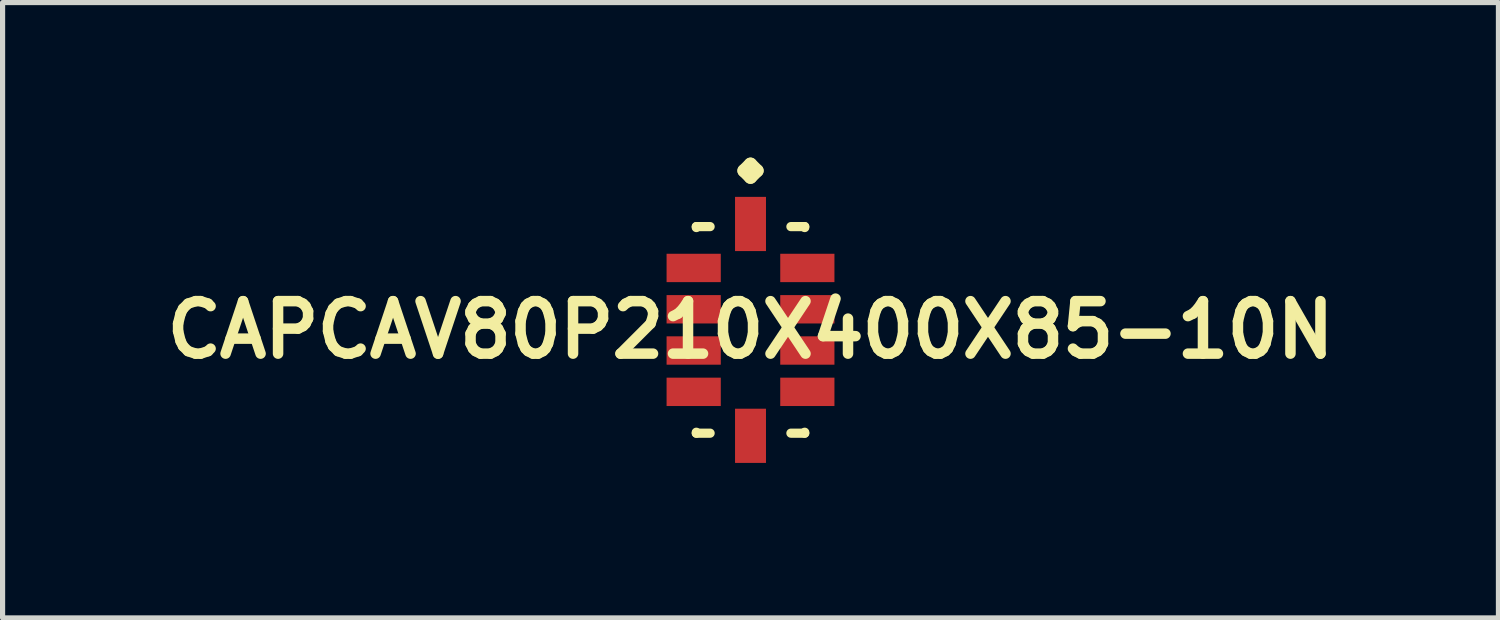
<source format=kicad_pcb>
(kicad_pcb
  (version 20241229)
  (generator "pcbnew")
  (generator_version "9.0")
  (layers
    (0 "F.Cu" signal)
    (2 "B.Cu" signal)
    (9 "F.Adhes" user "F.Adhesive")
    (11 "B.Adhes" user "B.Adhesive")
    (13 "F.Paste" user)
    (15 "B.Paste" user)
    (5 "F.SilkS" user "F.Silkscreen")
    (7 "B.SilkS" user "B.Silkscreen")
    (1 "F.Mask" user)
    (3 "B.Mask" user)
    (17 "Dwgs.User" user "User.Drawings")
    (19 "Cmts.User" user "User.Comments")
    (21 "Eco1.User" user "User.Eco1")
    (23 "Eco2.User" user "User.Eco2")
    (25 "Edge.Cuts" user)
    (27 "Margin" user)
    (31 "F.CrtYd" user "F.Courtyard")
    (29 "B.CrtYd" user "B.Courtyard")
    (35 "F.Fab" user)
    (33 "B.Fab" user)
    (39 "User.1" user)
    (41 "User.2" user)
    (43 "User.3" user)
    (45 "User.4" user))
  (footprint "CAPCAV80P210X400X85-10N"
    (layer "F.Cu")
    (at 11.476 3.335)
    (property "Reference" "CAPCAV80P210X400X85-10N" (at 0 0 0) (layer "F.SilkS") (effects (font (size 1.016 1.016) (thickness 0.203))))
    (attr smd)
    (fp_line (start -1.049 -1.999) (end -0.782 -1.999) (stroke (width 0.178) (type solid)) (layer "F.SilkS"))
    (fp_line (start -1.049 -1.981) (end -1.049 -1.999) (stroke (width 0.178) (type solid)) (layer "F.SilkS"))
    (fp_line (start -1.049 1.981) (end -1.049 1.999) (stroke (width 0.178) (type solid)) (layer "F.SilkS"))
    (fp_line (start -1.049 1.999) (end -0.782 1.999) (stroke (width 0.178) (type solid)) (layer "F.SilkS"))
    (fp_line (start -0.127 -3.081) (end 0 -3.208) (stroke (width 0.254) (type solid)) (layer "F.SilkS"))
    (fp_line (start 0 -3.208) (end 0.127 -3.081) (stroke (width 0.254) (type solid)) (layer "F.SilkS"))
    (fp_line (start 0 -2.954) (end -0.127 -3.081) (stroke (width 0.254) (type solid)) (layer "F.SilkS"))
    (fp_line (start 0.127 -3.081) (end 0 -2.954) (stroke (width 0.254) (type solid)) (layer "F.SilkS"))
    (fp_line (start 1.049 -1.999) (end 0.782 -1.999) (stroke (width 0.178) (type solid)) (layer "F.SilkS"))
    (fp_line (start 1.049 -1.981) (end 1.049 -1.999) (stroke (width 0.178) (type solid)) (layer "F.SilkS"))
    (fp_line (start 1.049 1.981) (end 1.049 1.999) (stroke (width 0.178) (type solid)) (layer "F.SilkS"))
    (fp_line (start 1.049 1.999) (end 0.782 1.999) (stroke (width 0.178) (type solid)) (layer "F.SilkS"))
    (pad "1" smd rect (at 0 -2.05) (size 0.599 1.049) (layers "F.Cu" "F.Mask" "F.Paste"))
    (pad "2" smd rect (at -1.1 -1.199) (size 1.049 0.549) (layers "F.Cu" "F.Mask" "F.Paste"))
    (pad "3" smd rect (at -1.1 -0.399) (size 1.049 0.549) (layers "F.Cu" "F.Mask" "F.Paste"))
    (pad "4" smd rect (at -1.1 0.399) (size 1.049 0.549) (layers "F.Cu" "F.Mask" "F.Paste"))
    (pad "5" smd rect (at -1.1 1.199) (size 1.049 0.549) (layers "F.Cu" "F.Mask" "F.Paste"))
    (pad "6" smd rect (at 0 2.05) (size 0.599 1.049) (layers "F.Cu" "F.Mask" "F.Paste"))
    (pad "7" smd rect (at 1.1 1.199) (size 1.049 0.549) (layers "F.Cu" "F.Mask" "F.Paste"))
    (pad "8" smd rect (at 1.1 0.399) (size 1.049 0.549) (layers "F.Cu" "F.Mask" "F.Paste"))
    (pad "9" smd rect (at 1.1 -0.399) (size 1.049 0.549) (layers "F.Cu" "F.Mask" "F.Paste"))
    (pad "10" smd rect (at 1.1 -1.199) (size 1.049 0.549) (layers "F.Cu" "F.Mask" "F.Paste")))
  (gr_rect
    (start -3 -3)
    (end 25.952 8.909)
    (stroke (width 0.1) (type default))
    (fill no)
    (layer "Edge.Cuts")))
</source>
